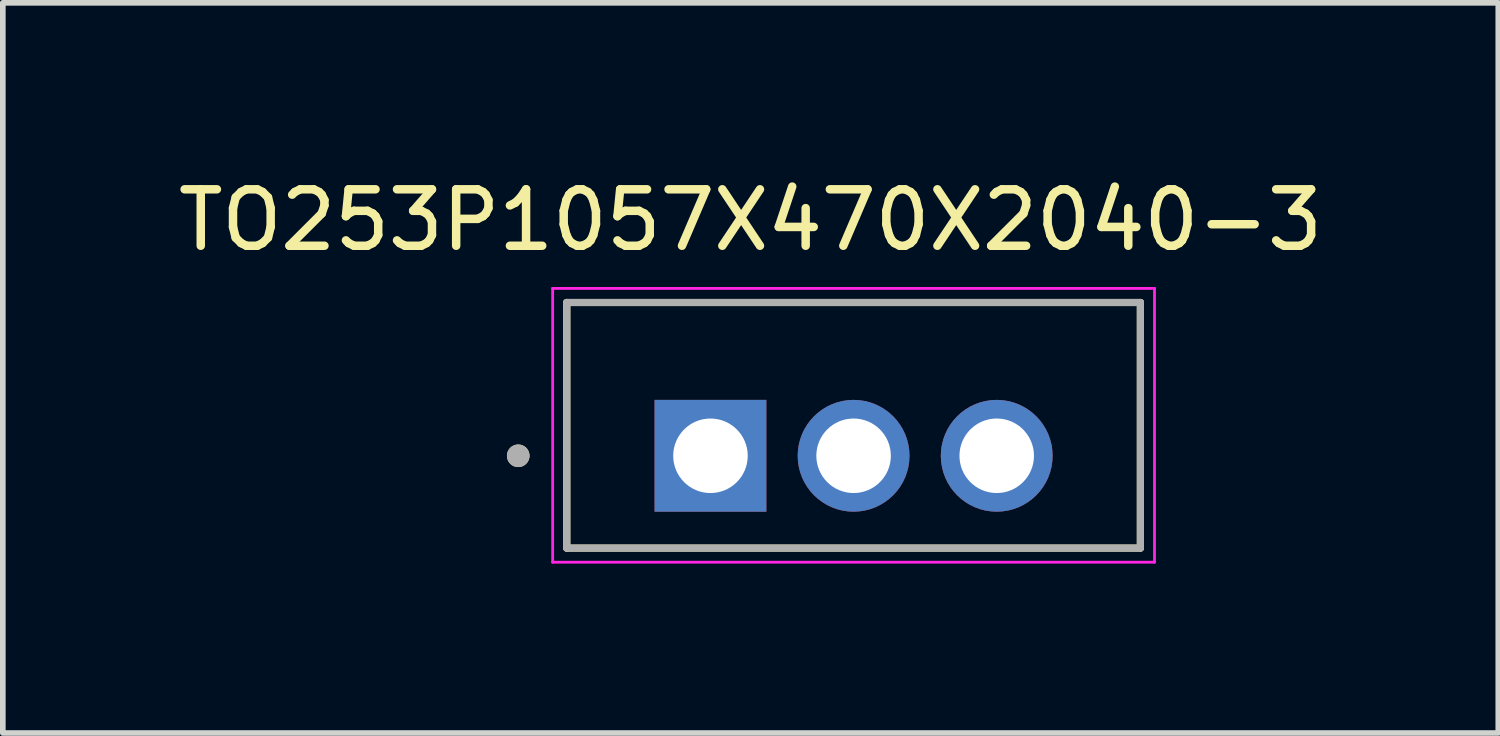
<source format=kicad_pcb>
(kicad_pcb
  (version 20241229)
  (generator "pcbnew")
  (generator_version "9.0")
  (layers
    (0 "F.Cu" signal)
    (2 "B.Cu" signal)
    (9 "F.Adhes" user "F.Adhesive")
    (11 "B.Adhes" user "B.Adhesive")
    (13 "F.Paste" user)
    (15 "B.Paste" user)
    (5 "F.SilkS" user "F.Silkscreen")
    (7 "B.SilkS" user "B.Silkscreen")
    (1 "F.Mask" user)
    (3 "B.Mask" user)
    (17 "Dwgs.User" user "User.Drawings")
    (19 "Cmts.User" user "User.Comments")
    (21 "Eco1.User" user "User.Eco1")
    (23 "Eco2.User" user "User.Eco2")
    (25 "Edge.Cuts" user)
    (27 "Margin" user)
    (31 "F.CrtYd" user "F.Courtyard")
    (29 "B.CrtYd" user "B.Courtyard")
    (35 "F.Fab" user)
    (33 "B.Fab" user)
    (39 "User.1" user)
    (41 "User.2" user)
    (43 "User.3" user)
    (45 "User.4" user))
  (footprint "TO253P1057X470X2040-3"
    (layer "F.Cu")
    (at 12.069 4.483)
    (property "Reference" "TO253P1057X470X2040-3" (at -1.825 -3.635 0) (layer "F.SilkS") (effects (font (size 1 1) (thickness 0.15))))
    (attr through_hole)
    (fp_line (start -5.08 -2.175) (end -5.08 2.175) (stroke (width 0.127) (type solid)) (layer "F.SilkS"))
    (fp_line (start -5.08 2.175) (end 5.08 2.175) (stroke (width 0.127) (type solid)) (layer "F.SilkS"))
    (fp_line (start 5.08 -2.175) (end -5.08 -2.175) (stroke (width 0.127) (type solid)) (layer "F.SilkS"))
    (fp_line (start 5.08 2.175) (end 5.08 -2.175) (stroke (width 0.127) (type solid)) (layer "F.SilkS"))
    (fp_circle (center -5.94 0.54) (end -5.84 0.54) (stroke (width 0.2) (type solid)) (fill no) (layer "F.SilkS"))
    (fp_line (start -5.33 -2.425) (end -5.33 2.425) (stroke (width 0.05) (type solid)) (layer "F.CrtYd"))
    (fp_line (start -5.33 2.425) (end 5.33 2.425) (stroke (width 0.05) (type solid)) (layer "F.CrtYd"))
    (fp_line (start 5.33 -2.425) (end -5.33 -2.425) (stroke (width 0.05) (type solid)) (layer "F.CrtYd"))
    (fp_line (start 5.33 2.425) (end 5.33 -2.425) (stroke (width 0.05) (type solid)) (layer "F.CrtYd"))
    (fp_line (start -5.08 -2.175) (end -5.08 2.175) (stroke (width 0.127) (type solid)) (layer "F.Fab"))
    (fp_line (start -5.08 2.175) (end 5.08 2.175) (stroke (width 0.127) (type solid)) (layer "F.Fab"))
    (fp_line (start 5.08 -2.175) (end -5.08 -2.175) (stroke (width 0.127) (type solid)) (layer "F.Fab"))
    (fp_line (start 5.08 2.175) (end 5.08 -2.175) (stroke (width 0.127) (type solid)) (layer "F.Fab"))
    (fp_circle (center -5.94 0.54) (end -5.84 0.54) (stroke (width 0.2) (type solid)) (fill no) (layer "F.Fab"))
    (pad "1" thru_hole rect (at -2.535 0.54) (size 1.98 1.98) (drill 1.32) (layers "*.Cu" "*.Mask"))
    (pad "2" thru_hole circle (at 0 0.54) (size 1.98 1.98) (drill 1.32) (layers "*.Cu" "*.Mask"))
    (pad "3" thru_hole circle (at 2.535 0.54) (size 1.98 1.98) (drill 1.32) (layers "*.Cu" "*.Mask")))
  (gr_rect
    (start -3 -3)
    (end 23.488 9.933)
    (stroke (width 0.1) (type default))
    (fill no)
    (layer "Edge.Cuts")))
</source>
